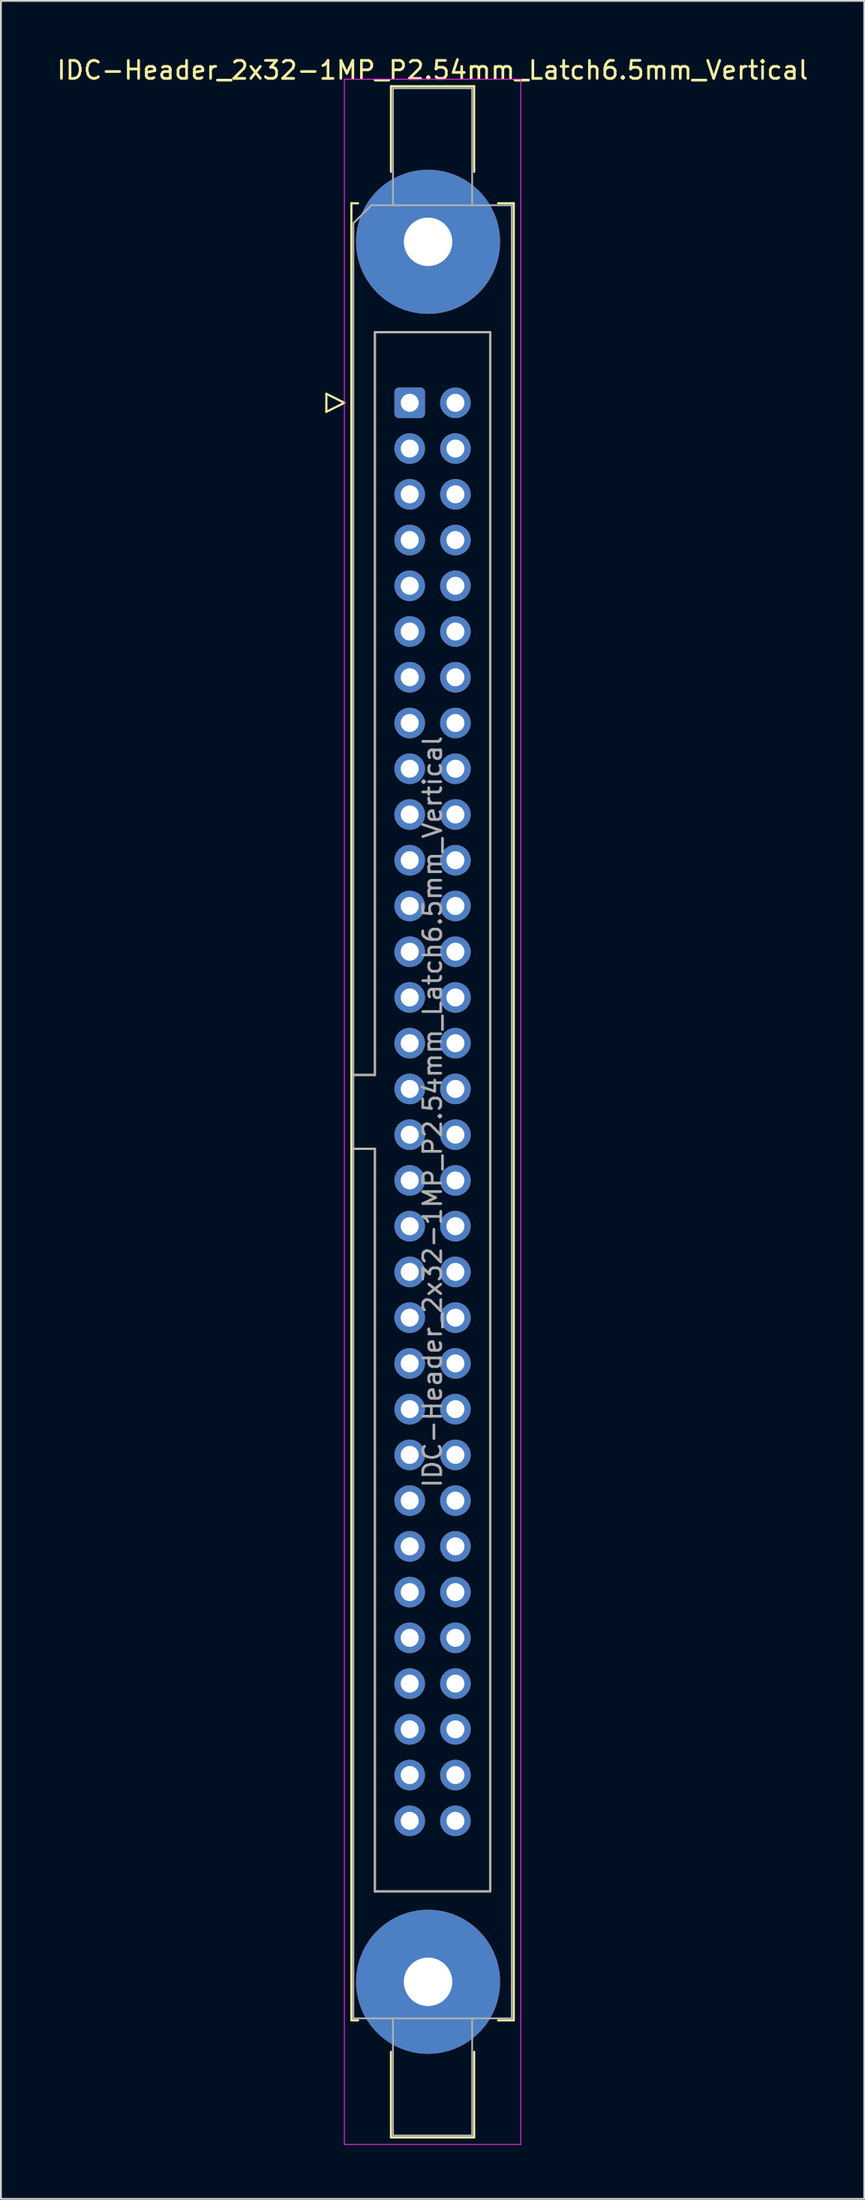
<source format=kicad_pcb>
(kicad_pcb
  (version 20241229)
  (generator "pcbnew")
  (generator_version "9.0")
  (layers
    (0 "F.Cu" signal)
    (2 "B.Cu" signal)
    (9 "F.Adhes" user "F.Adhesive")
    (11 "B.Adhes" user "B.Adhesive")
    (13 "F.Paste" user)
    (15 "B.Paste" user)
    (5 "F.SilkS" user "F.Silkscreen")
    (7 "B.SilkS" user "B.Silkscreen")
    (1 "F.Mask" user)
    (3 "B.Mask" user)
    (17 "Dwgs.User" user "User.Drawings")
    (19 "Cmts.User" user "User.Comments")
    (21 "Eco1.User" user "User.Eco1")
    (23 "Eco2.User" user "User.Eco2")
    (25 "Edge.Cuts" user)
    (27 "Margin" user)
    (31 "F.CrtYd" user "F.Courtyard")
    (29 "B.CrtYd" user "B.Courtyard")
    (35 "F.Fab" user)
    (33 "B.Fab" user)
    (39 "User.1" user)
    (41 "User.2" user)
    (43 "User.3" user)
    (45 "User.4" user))
  (footprint "IDC-Header_2x32-1MP_P2.54mm_Latch6.5mm_Vertical"
    (layer "F.Cu")
    (at 19.712 19.318)
    (property "Reference" "IDC-Header_2x32-1MP_P2.54mm_Latch6.5mm_Vertical" (at 1.27 -18.47 0) (layer "F.SilkS") (effects (font (size 1 1) (thickness 0.15))))
    (attr through_hole)
    (fp_line (start -4.63 -0.5) (end -4.63 0.5) (stroke (width 0.12) (type solid)) (layer "F.SilkS"))
    (fp_line (start -4.63 0.5) (end -3.63 0) (stroke (width 0.12) (type solid)) (layer "F.SilkS"))
    (fp_line (start -3.63 0) (end -4.63 -0.5) (stroke (width 0.12) (type solid)) (layer "F.SilkS"))
    (fp_line (start -3.24 -11.08) (end -3.24 89.82) (stroke (width 0.12) (type solid)) (layer "F.SilkS"))
    (fp_line (start -3.24 37.32) (end -1.93 37.32) (stroke (width 0.12) (type solid)) (layer "F.SilkS"))
    (fp_line (start -3.24 89.82) (end -2.87 89.82) (stroke (width 0.12) (type solid)) (layer "F.SilkS"))
    (fp_line (start -2.87 -11.08) (end -3.24 -11.08) (stroke (width 0.12) (type solid)) (layer "F.SilkS"))
    (fp_line (start -1.93 -3.92) (end 4.47 -3.92) (stroke (width 0.12) (type solid)) (layer "F.SilkS"))
    (fp_line (start -1.93 37.32) (end -1.93 -3.92) (stroke (width 0.12) (type solid)) (layer "F.SilkS"))
    (fp_line (start -1.93 41.42) (end -3.24 41.42) (stroke (width 0.12) (type solid)) (layer "F.SilkS"))
    (fp_line (start -1.93 82.66) (end -1.93 41.42) (stroke (width 0.12) (type solid)) (layer "F.SilkS"))
    (fp_line (start -1.04 -17.58) (end 3.58 -17.58) (stroke (width 0.12) (type solid)) (layer "F.SilkS"))
    (fp_line (start -1.04 -12.83) (end -1.04 -17.58) (stroke (width 0.12) (type solid)) (layer "F.SilkS"))
    (fp_line (start -1.04 91.57) (end -1.04 96.32) (stroke (width 0.12) (type solid)) (layer "F.SilkS"))
    (fp_line (start -1.04 96.32) (end 3.58 96.32) (stroke (width 0.12) (type solid)) (layer "F.SilkS"))
    (fp_line (start 3.58 -17.58) (end 3.58 -12.83) (stroke (width 0.12) (type solid)) (layer "F.SilkS"))
    (fp_line (start 3.58 96.32) (end 3.58 91.57) (stroke (width 0.12) (type solid)) (layer "F.SilkS"))
    (fp_line (start 4.47 -3.92) (end 4.47 82.66) (stroke (width 0.12) (type solid)) (layer "F.SilkS"))
    (fp_line (start 4.47 82.66) (end -1.93 82.66) (stroke (width 0.12) (type solid)) (layer "F.SilkS"))
    (fp_line (start 4.91 -11.08) (end 5.78 -11.08) (stroke (width 0.12) (type solid)) (layer "F.SilkS"))
    (fp_line (start 5.78 -11.08) (end 5.78 89.82) (stroke (width 0.12) (type solid)) (layer "F.SilkS"))
    (fp_line (start 5.78 89.82) (end 4.91 89.82) (stroke (width 0.12) (type solid)) (layer "F.SilkS"))
    (fp_line (start -3.63 -17.97) (end -3.63 96.71) (stroke (width 0.05) (type solid)) (layer "F.CrtYd"))
    (fp_line (start -3.63 96.71) (end 6.17 96.71) (stroke (width 0.05) (type solid)) (layer "F.CrtYd"))
    (fp_line (start 6.17 -17.97) (end -3.63 -17.97) (stroke (width 0.05) (type solid)) (layer "F.CrtYd"))
    (fp_line (start 6.17 96.71) (end 6.17 -17.97) (stroke (width 0.05) (type solid)) (layer "F.CrtYd"))
    (fp_line (start -3.13 -9.97) (end -2.13 -10.97) (stroke (width 0.1) (type solid)) (layer "F.Fab"))
    (fp_line (start -3.13 37.32) (end -1.93 37.32) (stroke (width 0.1) (type solid)) (layer "F.Fab"))
    (fp_line (start -3.13 89.71) (end -3.13 -9.97) (stroke (width 0.1) (type solid)) (layer "F.Fab"))
    (fp_line (start -2.13 -10.97) (end 5.67 -10.97) (stroke (width 0.1) (type solid)) (layer "F.Fab"))
    (fp_line (start -1.93 -3.92) (end 4.47 -3.92) (stroke (width 0.1) (type solid)) (layer "F.Fab"))
    (fp_line (start -1.93 37.32) (end -1.93 -3.92) (stroke (width 0.1) (type solid)) (layer "F.Fab"))
    (fp_line (start -1.93 41.42) (end -3.13 41.42) (stroke (width 0.1) (type solid)) (layer "F.Fab"))
    (fp_line (start -1.93 82.66) (end -1.93 41.42) (stroke (width 0.1) (type solid)) (layer "F.Fab"))
    (fp_line (start -0.93 -17.47) (end 3.47 -17.47) (stroke (width 0.1) (type solid)) (layer "F.Fab"))
    (fp_line (start -0.93 -10.97) (end -0.93 -17.47) (stroke (width 0.1) (type solid)) (layer "F.Fab"))
    (fp_line (start -0.93 89.71) (end -0.93 96.21) (stroke (width 0.1) (type solid)) (layer "F.Fab"))
    (fp_line (start -0.93 96.21) (end 3.47 96.21) (stroke (width 0.1) (type solid)) (layer "F.Fab"))
    (fp_line (start 3.47 -17.47) (end 3.47 -10.97) (stroke (width 0.1) (type solid)) (layer "F.Fab"))
    (fp_line (start 3.47 96.21) (end 3.47 89.71) (stroke (width 0.1) (type solid)) (layer "F.Fab"))
    (fp_line (start 4.47 -3.92) (end 4.47 82.66) (stroke (width 0.1) (type solid)) (layer "F.Fab"))
    (fp_line (start 4.47 82.66) (end -1.93 82.66) (stroke (width 0.1) (type solid)) (layer "F.Fab"))
    (fp_line (start 5.67 -10.97) (end 5.67 89.71) (stroke (width 0.1) (type solid)) (layer "F.Fab"))
    (fp_line (start 5.67 89.71) (end -3.13 89.71) (stroke (width 0.1) (type solid)) (layer "F.Fab"))
    (fp_text user "${REFERENCE}" (at 1.27 39.37 90) (layer "F.Fab") (effects (font (size 1 1) (thickness 0.15))))
    (pad "1" thru_hole roundrect (at 0 0) (size 1.7 1.7) (drill 1) (layers "*.Cu" "*.Mask") (roundrect_rratio 0.147))
    (pad "2" thru_hole circle (at 2.54 0) (size 1.7 1.7) (drill 1) (layers "*.Cu" "*.Mask"))
    (pad "3" thru_hole circle (at 0 2.54) (size 1.7 1.7) (drill 1) (layers "*.Cu" "*.Mask"))
    (pad "4" thru_hole circle (at 2.54 2.54) (size 1.7 1.7) (drill 1) (layers "*.Cu" "*.Mask"))
    (pad "5" thru_hole circle (at 0 5.08) (size 1.7 1.7) (drill 1) (layers "*.Cu" "*.Mask"))
    (pad "6" thru_hole circle (at 2.54 5.08) (size 1.7 1.7) (drill 1) (layers "*.Cu" "*.Mask"))
    (pad "7" thru_hole circle (at 0 7.62) (size 1.7 1.7) (drill 1) (layers "*.Cu" "*.Mask"))
    (pad "8" thru_hole circle (at 2.54 7.62) (size 1.7 1.7) (drill 1) (layers "*.Cu" "*.Mask"))
    (pad "9" thru_hole circle (at 0 10.16) (size 1.7 1.7) (drill 1) (layers "*.Cu" "*.Mask"))
    (pad "10" thru_hole circle (at 2.54 10.16) (size 1.7 1.7) (drill 1) (layers "*.Cu" "*.Mask"))
    (pad "11" thru_hole circle (at 0 12.7) (size 1.7 1.7) (drill 1) (layers "*.Cu" "*.Mask"))
    (pad "12" thru_hole circle (at 2.54 12.7) (size 1.7 1.7) (drill 1) (layers "*.Cu" "*.Mask"))
    (pad "13" thru_hole circle (at 0 15.24) (size 1.7 1.7) (drill 1) (layers "*.Cu" "*.Mask"))
    (pad "14" thru_hole circle (at 2.54 15.24) (size 1.7 1.7) (drill 1) (layers "*.Cu" "*.Mask"))
    (pad "15" thru_hole circle (at 0 17.78) (size 1.7 1.7) (drill 1) (layers "*.Cu" "*.Mask"))
    (pad "16" thru_hole circle (at 2.54 17.78) (size 1.7 1.7) (drill 1) (layers "*.Cu" "*.Mask"))
    (pad "17" thru_hole circle (at 0 20.32) (size 1.7 1.7) (drill 1) (layers "*.Cu" "*.Mask"))
    (pad "18" thru_hole circle (at 2.54 20.32) (size 1.7 1.7) (drill 1) (layers "*.Cu" "*.Mask"))
    (pad "19" thru_hole circle (at 0 22.86) (size 1.7 1.7) (drill 1) (layers "*.Cu" "*.Mask"))
    (pad "20" thru_hole circle (at 2.54 22.86) (size 1.7 1.7) (drill 1) (layers "*.Cu" "*.Mask"))
    (pad "21" thru_hole circle (at 0 25.4) (size 1.7 1.7) (drill 1) (layers "*.Cu" "*.Mask"))
    (pad "22" thru_hole circle (at 2.54 25.4) (size 1.7 1.7) (drill 1) (layers "*.Cu" "*.Mask"))
    (pad "23" thru_hole circle (at 0 27.94) (size 1.7 1.7) (drill 1) (layers "*.Cu" "*.Mask"))
    (pad "24" thru_hole circle (at 2.54 27.94) (size 1.7 1.7) (drill 1) (layers "*.Cu" "*.Mask"))
    (pad "25" thru_hole circle (at 0 30.48) (size 1.7 1.7) (drill 1) (layers "*.Cu" "*.Mask"))
    (pad "26" thru_hole circle (at 2.54 30.48) (size 1.7 1.7) (drill 1) (layers "*.Cu" "*.Mask"))
    (pad "27" thru_hole circle (at 0 33.02) (size 1.7 1.7) (drill 1) (layers "*.Cu" "*.Mask"))
    (pad "28" thru_hole circle (at 2.54 33.02) (size 1.7 1.7) (drill 1) (layers "*.Cu" "*.Mask"))
    (pad "29" thru_hole circle (at 0 35.56) (size 1.7 1.7) (drill 1) (layers "*.Cu" "*.Mask"))
    (pad "30" thru_hole circle (at 2.54 35.56) (size 1.7 1.7) (drill 1) (layers "*.Cu" "*.Mask"))
    (pad "31" thru_hole circle (at 0 38.1) (size 1.7 1.7) (drill 1) (layers "*.Cu" "*.Mask"))
    (pad "32" thru_hole circle (at 2.54 38.1) (size 1.7 1.7) (drill 1) (layers "*.Cu" "*.Mask"))
    (pad "33" thru_hole circle (at 0 40.64) (size 1.7 1.7) (drill 1) (layers "*.Cu" "*.Mask"))
    (pad "34" thru_hole circle (at 2.54 40.64) (size 1.7 1.7) (drill 1) (layers "*.Cu" "*.Mask"))
    (pad "35" thru_hole circle (at 0 43.18) (size 1.7 1.7) (drill 1) (layers "*.Cu" "*.Mask"))
    (pad "36" thru_hole circle (at 2.54 43.18) (size 1.7 1.7) (drill 1) (layers "*.Cu" "*.Mask"))
    (pad "37" thru_hole circle (at 0 45.72) (size 1.7 1.7) (drill 1) (layers "*.Cu" "*.Mask"))
    (pad "38" thru_hole circle (at 2.54 45.72) (size 1.7 1.7) (drill 1) (layers "*.Cu" "*.Mask"))
    (pad "39" thru_hole circle (at 0 48.26) (size 1.7 1.7) (drill 1) (layers "*.Cu" "*.Mask"))
    (pad "40" thru_hole circle (at 2.54 48.26) (size 1.7 1.7) (drill 1) (layers "*.Cu" "*.Mask"))
    (pad "41" thru_hole circle (at 0 50.8) (size 1.7 1.7) (drill 1) (layers "*.Cu" "*.Mask"))
    (pad "42" thru_hole circle (at 2.54 50.8) (size 1.7 1.7) (drill 1) (layers "*.Cu" "*.Mask"))
    (pad "43" thru_hole circle (at 0 53.34) (size 1.7 1.7) (drill 1) (layers "*.Cu" "*.Mask"))
    (pad "44" thru_hole circle (at 2.54 53.34) (size 1.7 1.7) (drill 1) (layers "*.Cu" "*.Mask"))
    (pad "45" thru_hole circle (at 0 55.88) (size 1.7 1.7) (drill 1) (layers "*.Cu" "*.Mask"))
    (pad "46" thru_hole circle (at 2.54 55.88) (size 1.7 1.7) (drill 1) (layers "*.Cu" "*.Mask"))
    (pad "47" thru_hole circle (at 0 58.42) (size 1.7 1.7) (drill 1) (layers "*.Cu" "*.Mask"))
    (pad "48" thru_hole circle (at 2.54 58.42) (size 1.7 1.7) (drill 1) (layers "*.Cu" "*.Mask"))
    (pad "49" thru_hole circle (at 0 60.96) (size 1.7 1.7) (drill 1) (layers "*.Cu" "*.Mask"))
    (pad "50" thru_hole circle (at 2.54 60.96) (size 1.7 1.7) (drill 1) (layers "*.Cu" "*.Mask"))
    (pad "51" thru_hole circle (at 0 63.5) (size 1.7 1.7) (drill 1) (layers "*.Cu" "*.Mask"))
    (pad "52" thru_hole circle (at 2.54 63.5) (size 1.7 1.7) (drill 1) (layers "*.Cu" "*.Mask"))
    (pad "53" thru_hole circle (at 0 66.04) (size 1.7 1.7) (drill 1) (layers "*.Cu" "*.Mask"))
    (pad "54" thru_hole circle (at 2.54 66.04) (size 1.7 1.7) (drill 1) (layers "*.Cu" "*.Mask"))
    (pad "55" thru_hole circle (at 0 68.58) (size 1.7 1.7) (drill 1) (layers "*.Cu" "*.Mask"))
    (pad "56" thru_hole circle (at 2.54 68.58) (size 1.7 1.7) (drill 1) (layers "*.Cu" "*.Mask"))
    (pad "57" thru_hole circle (at 0 71.12) (size 1.7 1.7) (drill 1) (layers "*.Cu" "*.Mask"))
    (pad "58" thru_hole circle (at 2.54 71.12) (size 1.7 1.7) (drill 1) (layers "*.Cu" "*.Mask"))
    (pad "59" thru_hole circle (at 0 73.66) (size 1.7 1.7) (drill 1) (layers "*.Cu" "*.Mask"))
    (pad "60" thru_hole circle (at 2.54 73.66) (size 1.7 1.7) (drill 1) (layers "*.Cu" "*.Mask"))
    (pad "61" thru_hole circle (at 0 76.2) (size 1.7 1.7) (drill 1) (layers "*.Cu" "*.Mask"))
    (pad "62" thru_hole circle (at 2.54 76.2) (size 1.7 1.7) (drill 1) (layers "*.Cu" "*.Mask"))
    (pad "63" thru_hole circle (at 0 78.74) (size 1.7 1.7) (drill 1) (layers "*.Cu" "*.Mask"))
    (pad "64" thru_hole circle (at 2.54 78.74) (size 1.7 1.7) (drill 1) (layers "*.Cu" "*.Mask"))
    (pad "MP" thru_hole circle (at 1.02 -8.94) (size 8 8) (drill 2.69) (layers "*.Cu" "*.Mask"))
    (pad "MP" thru_hole circle (at 1.02 87.68) (size 8 8) (drill 2.69) (layers "*.Cu" "*.Mask")))
  (gr_rect
    (start -3 -3)
    (end 44.964 119.053)
    (stroke (width 0.1) (type default))
    (fill no)
    (layer "Edge.Cuts")))
</source>
